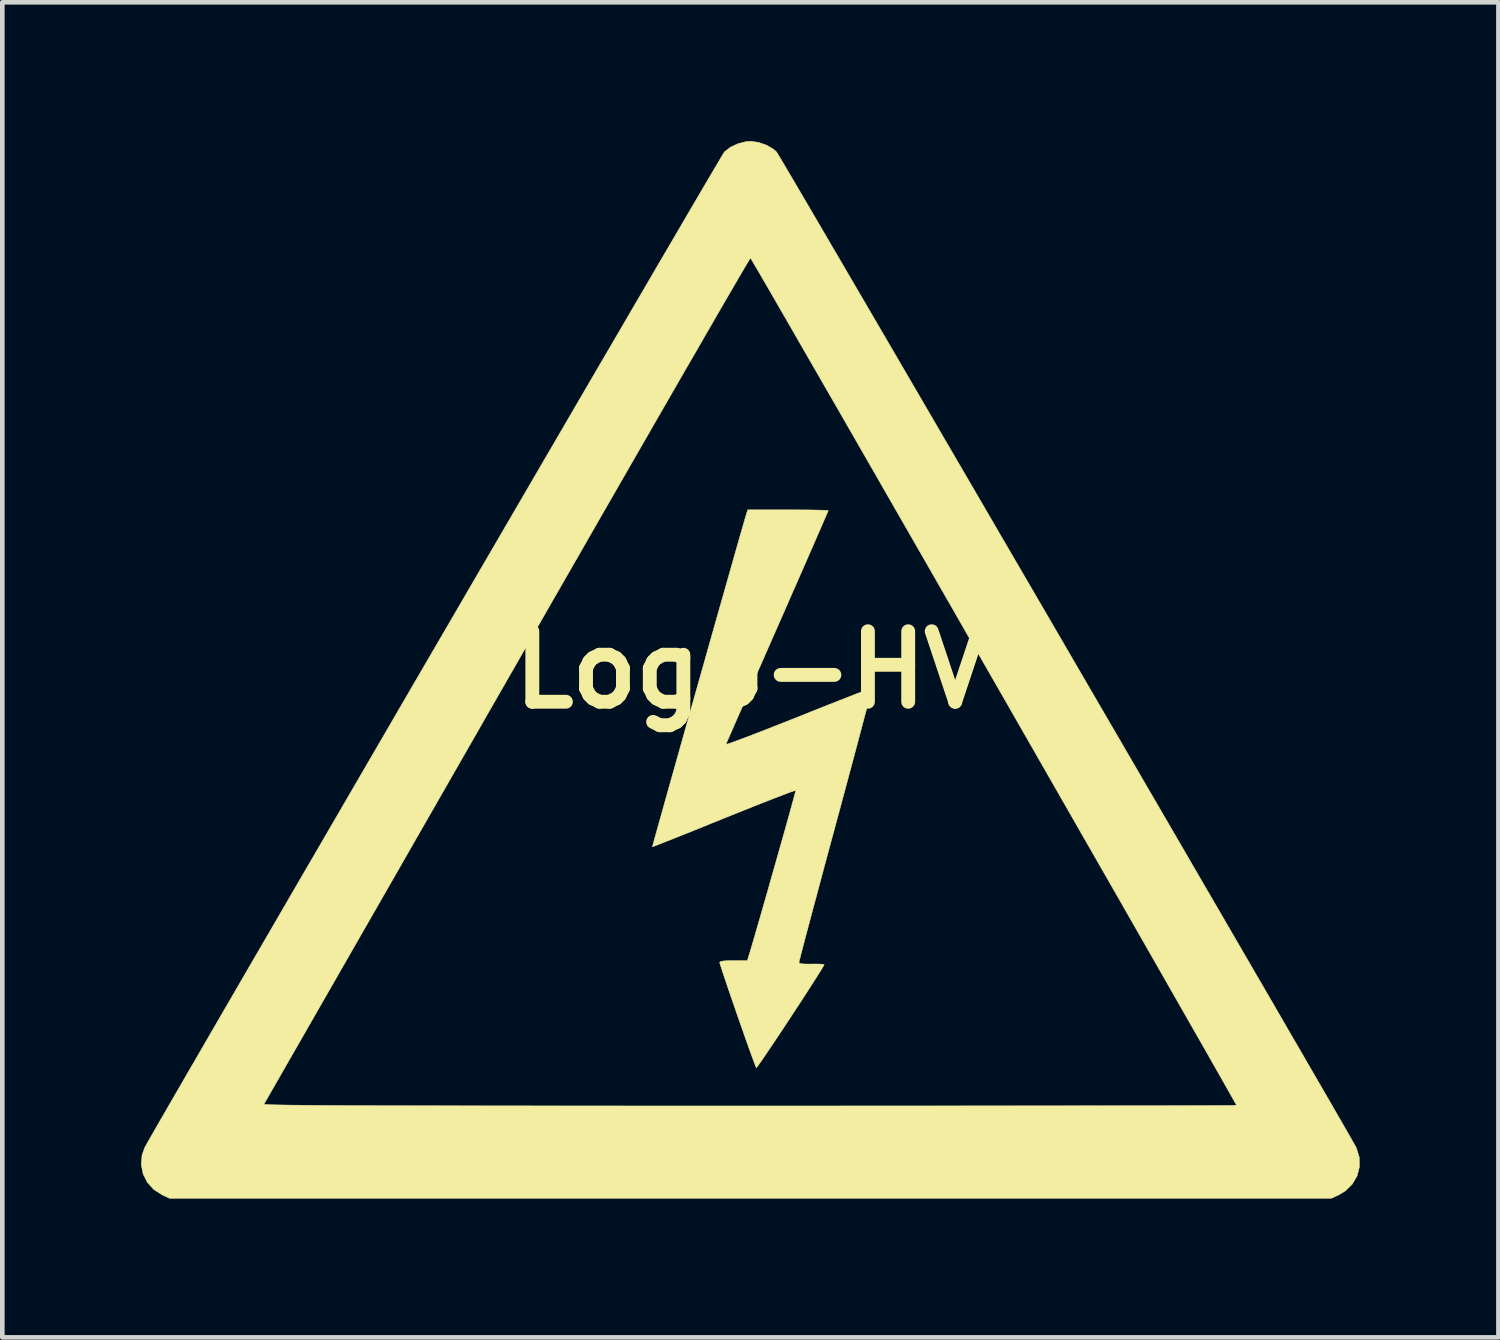
<source format=kicad_pcb>
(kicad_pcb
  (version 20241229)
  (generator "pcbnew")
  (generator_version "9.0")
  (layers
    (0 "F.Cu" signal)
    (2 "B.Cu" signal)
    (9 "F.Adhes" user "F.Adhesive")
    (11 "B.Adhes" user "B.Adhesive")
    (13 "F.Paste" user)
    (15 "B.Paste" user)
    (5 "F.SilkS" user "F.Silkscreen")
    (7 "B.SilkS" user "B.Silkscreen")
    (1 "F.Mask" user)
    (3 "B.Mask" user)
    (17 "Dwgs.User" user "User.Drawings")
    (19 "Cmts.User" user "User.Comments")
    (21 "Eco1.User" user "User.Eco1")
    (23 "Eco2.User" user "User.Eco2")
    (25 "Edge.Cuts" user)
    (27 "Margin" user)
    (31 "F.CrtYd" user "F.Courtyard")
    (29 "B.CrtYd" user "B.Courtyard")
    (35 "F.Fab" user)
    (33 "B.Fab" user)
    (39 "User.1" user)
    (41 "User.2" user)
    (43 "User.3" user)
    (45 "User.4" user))
  (footprint "Logo-HV"
    (layer "F.Cu")
    (at 13.178 11.435)
    (property "Reference" "Logo-HV" (at 0 0 0) (layer "F.SilkS") (effects (font (size 1.524 1.524) (thickness 0.3))))
    (attr through_hole)
    (fp_poly (pts (xy 1.04 -3.46) (xy 1.245 -3.459) (xy 1.42 -3.456) (xy 1.557 -3.453) (xy 1.647 -3.45) (xy 1.683 -3.446) (xy 1.683 -3.446) (xy 1.67 -3.415) (xy 1.634 -3.331) (xy 1.576 -3.196) (xy 1.498 -3.017) (xy 1.402 -2.796) (xy 1.289 -2.538) (xy 1.162 -2.247) (xy 1.022 -1.928) (xy 0.871 -1.585) (xy 0.712 -1.221) (xy 0.584 -0.93) (xy 0.418 -0.553) (xy 0.26 -0.192) (xy 0.11 0.147) (xy -0.028 0.462) (xy -0.153 0.748) (xy -0.264 1) (xy -0.358 1.215) (xy -0.433 1.387) (xy -0.489 1.513) (xy -0.521 1.589) (xy -0.53 1.609) (xy -0.505 1.605) (xy -0.425 1.579) (xy -0.298 1.533) (xy -0.128 1.47) (xy 0.081 1.39) (xy 0.321 1.297) (xy 0.588 1.192) (xy 0.877 1.078) (xy 1.035 1.015) (xy 1.334 0.895) (xy 1.616 0.783) (xy 1.873 0.682) (xy 2.102 0.592) (xy 2.296 0.516) (xy 2.45 0.456) (xy 2.559 0.415) (xy 2.618 0.395) (xy 2.626 0.393) (xy 2.619 0.424) (xy 2.597 0.513) (xy 2.561 0.655) (xy 2.511 0.845) (xy 2.449 1.079) (xy 2.376 1.354) (xy 2.294 1.665) (xy 2.202 2.008) (xy 2.103 2.378) (xy 1.997 2.772) (xy 1.886 3.184) (xy 1.842 3.345) (xy 1.729 3.765) (xy 1.62 4.167) (xy 1.518 4.549) (xy 1.423 4.905) (xy 1.335 5.231) (xy 1.258 5.522) (xy 1.19 5.776) (xy 1.135 5.986) (xy 1.092 6.15) (xy 1.063 6.263) (xy 1.049 6.32) (xy 1.048 6.326) (xy 1.067 6.347) (xy 1.13 6.358) (xy 1.245 6.362) (xy 1.309 6.361) (xy 1.433 6.36) (xy 1.531 6.363) (xy 1.588 6.368) (xy 1.594 6.37) (xy 1.582 6.398) (xy 1.538 6.472) (xy 1.468 6.585) (xy 1.375 6.731) (xy 1.265 6.903) (xy 1.141 7.095) (xy 1.008 7.298) (xy 0.87 7.508) (xy 0.732 7.718) (xy 0.598 7.92) (xy 0.473 8.107) (xy 0.36 8.274) (xy 0.265 8.414) (xy 0.191 8.52) (xy 0.144 8.585) (xy 0.127 8.603) (xy 0.113 8.574) (xy 0.081 8.492) (xy 0.034 8.363) (xy -0.028 8.193) (xy -0.1 7.99) (xy -0.181 7.76) (xy -0.269 7.509) (xy -0.278 7.483) (xy -0.366 7.229) (xy -0.447 6.993) (xy -0.519 6.782) (xy -0.579 6.603) (xy -0.625 6.462) (xy -0.655 6.368) (xy -0.667 6.326) (xy -0.667 6.325) (xy -0.644 6.305) (xy -0.571 6.293) (xy -0.442 6.287) (xy -0.368 6.287) (xy -0.068 6.287) (xy -0.036 6.183) (xy -0.007 6.089) (xy 0.035 5.948) (xy 0.088 5.767) (xy 0.15 5.551) (xy 0.221 5.308) (xy 0.296 5.044) (xy 0.376 4.766) (xy 0.457 4.479) (xy 0.539 4.191) (xy 0.619 3.908) (xy 0.696 3.637) (xy 0.767 3.384) (xy 0.831 3.156) (xy 0.885 2.959) (xy 0.929 2.799) (xy 0.96 2.684) (xy 0.976 2.62) (xy 0.978 2.608) (xy 0.948 2.615) (xy 0.864 2.644) (xy 0.733 2.693) (xy 0.559 2.76) (xy 0.348 2.842) (xy 0.106 2.937) (xy -0.162 3.044) (xy -0.45 3.16) (xy -0.572 3.209) (xy -0.867 3.328) (xy -1.143 3.44) (xy -1.397 3.542) (xy -1.621 3.631) (xy -1.81 3.706) (xy -1.959 3.765) (xy -2.062 3.805) (xy -2.115 3.825) (xy -2.12 3.826) (xy -2.113 3.795) (xy -2.089 3.708) (xy -2.051 3.57) (xy -1.999 3.383) (xy -1.935 3.155) (xy -1.86 2.888) (xy -1.776 2.587) (xy -1.683 2.258) (xy -1.584 1.905) (xy -1.479 1.532) (xy -1.37 1.143) (xy -1.257 0.745) (xy -1.143 0.34) (xy -1.028 -0.065) (xy -0.915 -0.468) (xy -0.803 -0.862) (xy -0.695 -1.244) (xy -0.591 -1.609) (xy -0.494 -1.952) (xy -0.404 -2.268) (xy -0.323 -2.554) (xy -0.252 -2.804) (xy -0.192 -3.013) (xy -0.144 -3.178) (xy -0.111 -3.294) (xy -0.092 -3.356) (xy -0.092 -3.358) (xy -0.059 -3.461) (xy 0.812 -3.461) (xy 1.04 -3.46)) (stroke (width 0.01) (type solid)) (fill yes) (layer "F.SilkS"))
    (fp_poly (pts (xy 0.174 -11.407) (xy 0.349 -11.346) (xy 0.5 -11.257) (xy 0.563 -11.2) (xy 0.584 -11.168) (xy 0.635 -11.083) (xy 0.715 -10.948) (xy 0.823 -10.765) (xy 0.958 -10.536) (xy 1.118 -10.263) (xy 1.302 -9.949) (xy 1.508 -9.597) (xy 1.736 -9.207) (xy 1.984 -8.784) (xy 2.25 -8.328) (xy 2.534 -7.842) (xy 2.834 -7.328) (xy 3.148 -6.79) (xy 3.476 -6.228) (xy 3.816 -5.645) (xy 4.166 -5.044) (xy 4.526 -4.427) (xy 4.894 -3.796) (xy 5.268 -3.153) (xy 5.648 -2.501) (xy 6.032 -1.842) (xy 6.419 -1.178) (xy 6.807 -0.511) (xy 7.195 0.156) (xy 7.582 0.821) (xy 7.967 1.481) (xy 8.347 2.135) (xy 8.723 2.781) (xy 9.092 3.415) (xy 9.453 4.036) (xy 9.804 4.641) (xy 10.146 5.228) (xy 10.475 5.795) (xy 10.791 6.339) (xy 11.093 6.859) (xy 11.379 7.351) (xy 11.647 7.815) (xy 11.898 8.246) (xy 12.128 8.644) (xy 12.338 9.006) (xy 12.525 9.329) (xy 12.688 9.612) (xy 12.826 9.851) (xy 12.937 10.045) (xy 13.021 10.192) (xy 13.076 10.289) (xy 13.101 10.334) (xy 13.101 10.335) (xy 13.164 10.538) (xy 13.169 10.743) (xy 13.119 10.939) (xy 13.017 11.116) (xy 12.868 11.264) (xy 12.718 11.355) (xy 12.557 11.429) (xy -12.557 11.429) (xy -12.718 11.355) (xy -12.902 11.237) (xy -13.042 11.083) (xy -13.133 10.901) (xy -13.173 10.703) (xy -13.157 10.497) (xy -13.101 10.335) (xy -13.078 10.292) (xy -13.025 10.198) (xy -12.942 10.053) (xy -12.832 9.861) (xy -12.695 9.624) (xy -12.56 9.39) (xy -10.52 9.39) (xy -10.511 9.394) (xy -10.48 9.397) (xy -10.423 9.401) (xy -10.34 9.404) (xy -10.228 9.407) (xy -10.087 9.409) (xy -9.913 9.412) (xy -9.707 9.414) (xy -9.464 9.416) (xy -9.185 9.418) (xy -8.868 9.42) (xy -8.51 9.421) (xy -8.109 9.423) (xy -7.665 9.424) (xy -7.176 9.425) (xy -6.639 9.426) (xy -6.053 9.427) (xy -5.416 9.428) (xy -4.727 9.428) (xy -3.984 9.429) (xy -3.185 9.429) (xy -2.328 9.43) (xy -1.412 9.43) (xy -0.435 9.43) (xy -0.018 9.43) (xy 0.796 9.43) (xy 1.593 9.43) (xy 2.371 9.429) (xy 3.128 9.429) (xy 3.862 9.429) (xy 4.57 9.428) (xy 5.25 9.428) (xy 5.899 9.427) (xy 6.516 9.427) (xy 7.098 9.426) (xy 7.642 9.425) (xy 8.146 9.424) (xy 8.608 9.424) (xy 9.026 9.423) (xy 9.397 9.422) (xy 9.718 9.421) (xy 9.989 9.42) (xy 10.205 9.419) (xy 10.365 9.418) (xy 10.467 9.417) (xy 10.508 9.415) (xy 10.509 9.415) (xy 10.494 9.385) (xy 10.448 9.303) (xy 10.373 9.17) (xy 10.271 8.99) (xy 10.144 8.765) (xy 9.991 8.497) (xy 9.816 8.188) (xy 9.618 7.843) (xy 9.401 7.462) (xy 9.164 7.048) (xy 8.911 6.604) (xy 8.641 6.132) (xy 8.356 5.634) (xy 8.059 5.114) (xy 7.749 4.573) (xy 7.429 4.015) (xy 7.1 3.441) (xy 6.764 2.854) (xy 6.421 2.256) (xy 6.074 1.65) (xy 5.724 1.039) (xy 5.371 0.424) (xy 5.018 -0.191) (xy 4.666 -0.804) (xy 4.317 -1.413) (xy 3.971 -2.016) (xy 3.63 -2.609) (xy 3.296 -3.191) (xy 2.97 -3.758) (xy 2.654 -4.309) (xy 2.348 -4.841) (xy 2.055 -5.351) (xy 1.775 -5.837) (xy 1.51 -6.297) (xy 1.262 -6.728) (xy 1.032 -7.127) (xy 0.821 -7.493) (xy 0.631 -7.822) (xy 0.464 -8.112) (xy 0.319 -8.362) (xy 0.2 -8.567) (xy 0.107 -8.726) (xy 0.042 -8.837) (xy 0.007 -8.896) (xy 0.000033 -8.906) (xy -0.018 -8.879) (xy -0.066 -8.798) (xy -0.144 -8.667) (xy -0.249 -8.487) (xy -0.382 -8.259) (xy -0.54 -7.987) (xy -0.723 -7.672) (xy -0.929 -7.315) (xy -1.157 -6.92) (xy -1.407 -6.488) (xy -1.676 -6.021) (xy -1.964 -5.522) (xy -2.269 -4.991) (xy -2.591 -4.432) (xy -2.928 -3.846) (xy -3.279 -3.236) (xy -3.642 -2.602) (xy -4.018 -1.948) (xy -4.404 -1.276) (xy -4.799 -0.586) (xy -5.203 0.117) (xy -5.263 0.222) (xy -5.668 0.928) (xy -6.064 1.62) (xy -6.452 2.296) (xy -6.829 2.954) (xy -7.195 3.592) (xy -7.547 4.207) (xy -7.886 4.798) (xy -8.21 5.363) (xy -8.518 5.9) (xy -8.808 6.406) (xy -9.08 6.88) (xy -9.332 7.32) (xy -9.563 7.723) (xy -9.772 8.087) (xy -9.958 8.411) (xy -10.119 8.692) (xy -10.255 8.929) (xy -10.364 9.119) (xy -10.445 9.261) (xy -10.498 9.351) (xy -10.519 9.389) (xy -10.52 9.39) (xy -12.56 9.39) (xy -12.533 9.343) (xy -12.347 9.022) (xy -12.139 8.662) (xy -11.909 8.266) (xy -11.66 7.836) (xy -11.392 7.374) (xy -11.107 6.883) (xy -10.806 6.364) (xy -10.49 5.821) (xy -10.161 5.255) (xy -9.821 4.669) (xy -9.469 4.065) (xy -9.109 3.445) (xy -8.74 2.811) (xy -8.365 2.166) (xy -7.985 1.513) (xy -7.601 0.852) (xy -7.214 0.187) (xy -6.826 -0.479) (xy -6.437 -1.146) (xy -6.051 -1.81) (xy -5.666 -2.47) (xy -5.286 -3.123) (xy -4.911 -3.766) (xy -4.543 -4.398) (xy -4.183 -5.015) (xy -3.832 -5.617) (xy -3.492 -6.201) (xy -3.163 -6.764) (xy -2.848 -7.303) (xy -2.548 -7.818) (xy -2.263 -8.305) (xy -1.996 -8.763) (xy -1.747 -9.188) (xy -1.518 -9.579) (xy -1.311 -9.934) (xy -1.126 -10.249) (xy -0.965 -10.524) (xy -0.829 -10.755) (xy -0.719 -10.94) (xy -0.638 -11.078) (xy -0.585 -11.165) (xy -0.564 -11.199) (xy -0.563 -11.2) (xy -0.436 -11.3) (xy -0.271 -11.378) (xy -0.093 -11.423) (xy 0 -11.43) (xy 0.174 -11.407)) (stroke (width 0.01) (type solid)) (fill yes) (layer "F.SilkS")))
  (gr_rect
    (start -3 -3)
    (end 29.352 25.869)
    (stroke (width 0.1) (type default))
    (fill no)
    (layer "Edge.Cuts")))
</source>
